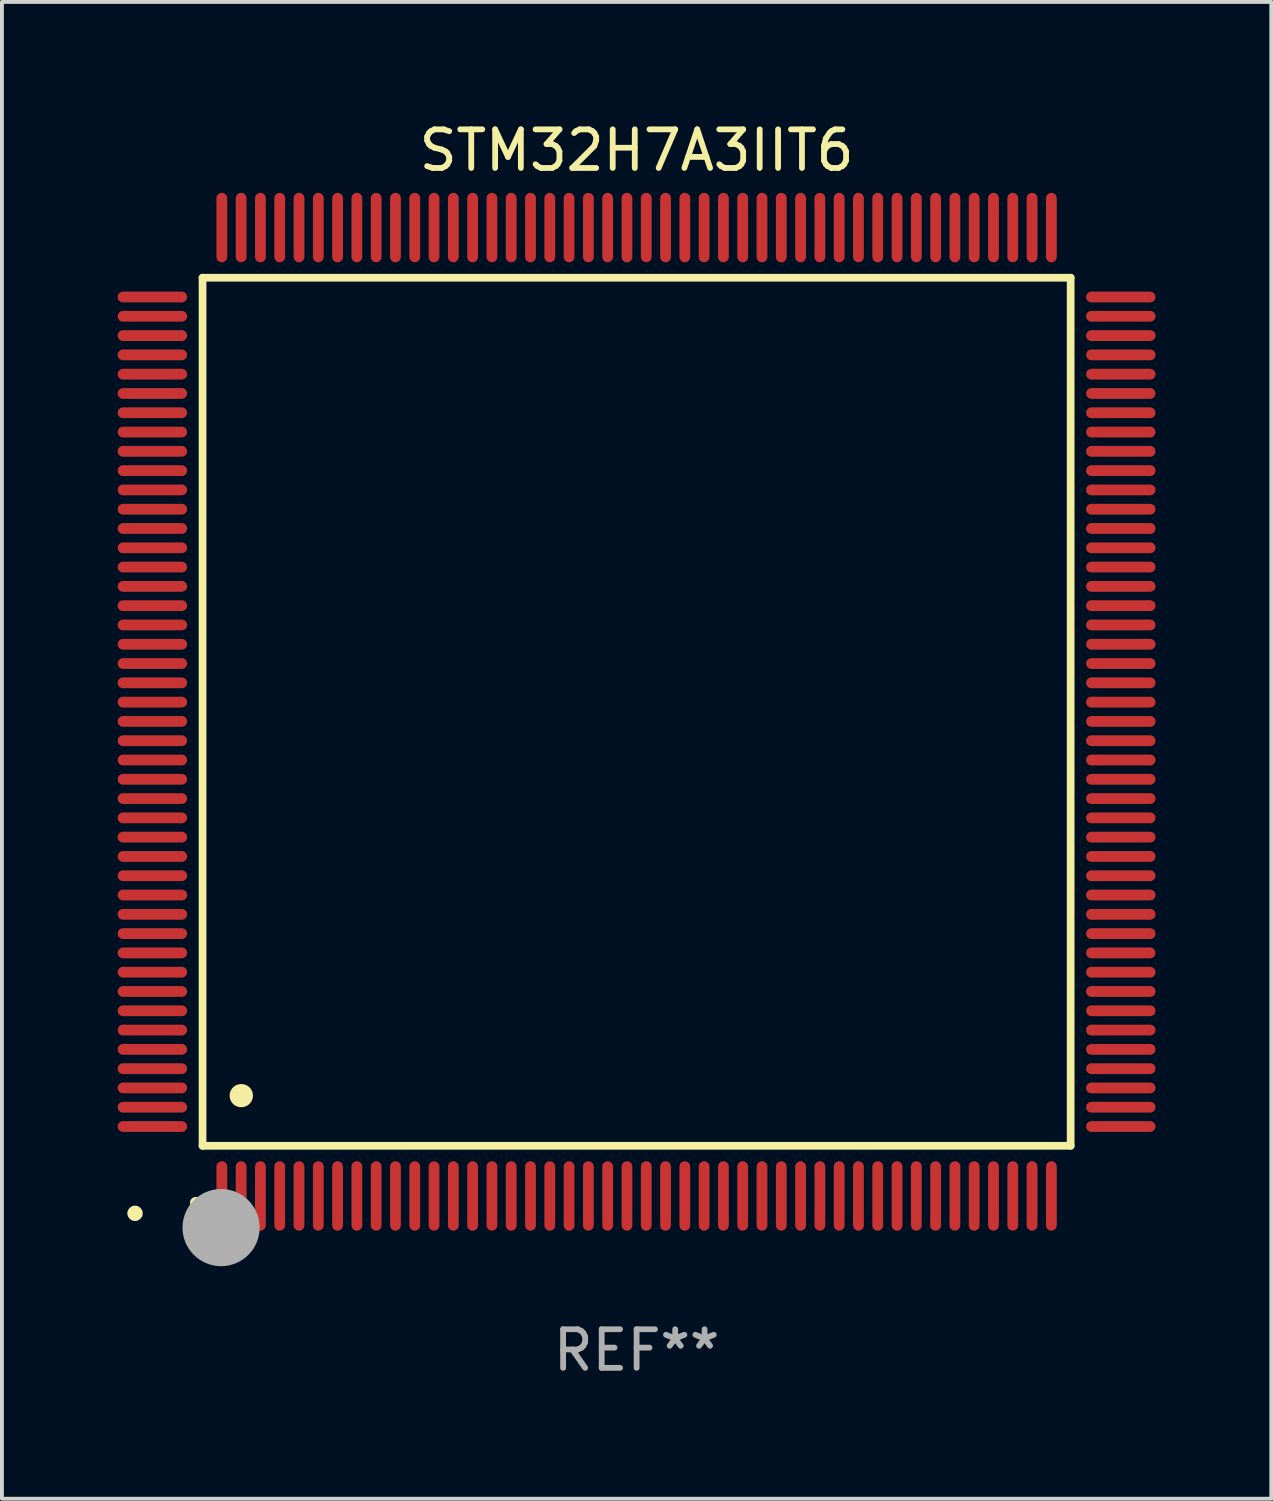
<source format=kicad_pcb>
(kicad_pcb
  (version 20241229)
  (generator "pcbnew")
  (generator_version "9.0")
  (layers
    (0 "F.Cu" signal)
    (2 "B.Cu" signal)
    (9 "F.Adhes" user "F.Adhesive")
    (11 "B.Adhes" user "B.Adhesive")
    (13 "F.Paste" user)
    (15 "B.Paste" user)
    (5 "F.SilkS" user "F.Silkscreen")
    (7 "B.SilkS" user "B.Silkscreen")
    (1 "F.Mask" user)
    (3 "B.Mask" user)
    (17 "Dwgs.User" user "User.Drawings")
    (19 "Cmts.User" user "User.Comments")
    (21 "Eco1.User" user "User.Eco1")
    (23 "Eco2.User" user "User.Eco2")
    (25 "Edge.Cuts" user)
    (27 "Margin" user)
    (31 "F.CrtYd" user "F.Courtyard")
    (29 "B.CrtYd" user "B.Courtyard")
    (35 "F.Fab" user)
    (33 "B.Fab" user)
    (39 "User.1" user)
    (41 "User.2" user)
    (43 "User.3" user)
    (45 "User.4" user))
  (footprint "STM32H7A3IIT6"
    (layer "F.Cu")
    (at 13.45 15.398)
    (property "Reference" "STM32H7A3IIT6" (at 0 -14.55 0) (layer "F.SilkS") (effects (font (size 1 1) (thickness 0.15))))
    (attr through_hole)
    (fp_line (start -11.25 -11.25) (end 11.25 -11.25) (stroke (width 0.2) (type solid)) (layer "F.SilkS"))
    (fp_line (start -11.25 11.25) (end -11.25 -11.25) (stroke (width 0.2) (type solid)) (layer "F.SilkS"))
    (fp_line (start 11.25 -11.25) (end 11.25 11.25) (stroke (width 0.2) (type solid)) (layer "F.SilkS"))
    (fp_line (start 11.25 11.25) (end -11.25 11.25) (stroke (width 0.2) (type solid)) (layer "F.SilkS"))
    (fp_arc (start -11.424943 12.725425) (mid -11.423673 12.72542) (end -11.422403 12.725425) (stroke (width 0.3) (type solid)) (layer "F.SilkS"))
    (fp_arc (start -10.24892 9.9492) (mid -10.24638 9.949189) (end -10.24384 9.9492) (stroke (width 0.6) (type solid)) (layer "F.SilkS"))
    (fp_circle (center -13 13) (end -12.9 13) (stroke (width 0.2) (type solid)) (fill no) (layer "F.SilkS"))
    (fp_circle (center -10.77 13.37) (end -10.27 13.37) (stroke (width 1) (type solid)) (fill no) (layer "F.Fab"))
    (fp_text user "REF**" (at 0 16.55 0) (layer "F.Fab") (effects (font (size 1 1) (thickness 0.15))))
    (pad "1" smd oval (at -10.75 12.55) (size 0.28 1.8) (layers "F.Cu" "F.Mask" "F.Paste"))
    (pad "2" smd oval (at -10.25 12.55) (size 0.28 1.8) (layers "F.Cu" "F.Mask" "F.Paste"))
    (pad "3" smd oval (at -9.75 12.55) (size 0.28 1.8) (layers "F.Cu" "F.Mask" "F.Paste"))
    (pad "4" smd oval (at -9.25 12.55) (size 0.28 1.8) (layers "F.Cu" "F.Mask" "F.Paste"))
    (pad "5" smd oval (at -8.75 12.55) (size 0.28 1.8) (layers "F.Cu" "F.Mask" "F.Paste"))
    (pad "6" smd oval (at -8.25 12.55) (size 0.28 1.8) (layers "F.Cu" "F.Mask" "F.Paste"))
    (pad "7" smd oval (at -7.75 12.55) (size 0.28 1.8) (layers "F.Cu" "F.Mask" "F.Paste"))
    (pad "8" smd oval (at -7.25 12.55) (size 0.28 1.8) (layers "F.Cu" "F.Mask" "F.Paste"))
    (pad "9" smd oval (at -6.75 12.55) (size 0.28 1.8) (layers "F.Cu" "F.Mask" "F.Paste"))
    (pad "10" smd oval (at -6.25 12.55) (size 0.28 1.8) (layers "F.Cu" "F.Mask" "F.Paste"))
    (pad "11" smd oval (at -5.75 12.55) (size 0.28 1.8) (layers "F.Cu" "F.Mask" "F.Paste"))
    (pad "12" smd oval (at -5.25 12.55) (size 0.28 1.8) (layers "F.Cu" "F.Mask" "F.Paste"))
    (pad "13" smd oval (at -4.75 12.55) (size 0.28 1.8) (layers "F.Cu" "F.Mask" "F.Paste"))
    (pad "14" smd oval (at -4.25 12.55) (size 0.28 1.8) (layers "F.Cu" "F.Mask" "F.Paste"))
    (pad "15" smd oval (at -3.75 12.55) (size 0.28 1.8) (layers "F.Cu" "F.Mask" "F.Paste"))
    (pad "16" smd oval (at -3.25 12.55) (size 0.28 1.8) (layers "F.Cu" "F.Mask" "F.Paste"))
    (pad "17" smd oval (at -2.75 12.55) (size 0.28 1.8) (layers "F.Cu" "F.Mask" "F.Paste"))
    (pad "18" smd oval (at -2.25 12.55) (size 0.28 1.8) (layers "F.Cu" "F.Mask" "F.Paste"))
    (pad "19" smd oval (at -1.75 12.55) (size 0.28 1.8) (layers "F.Cu" "F.Mask" "F.Paste"))
    (pad "20" smd oval (at -1.25 12.55) (size 0.28 1.8) (layers "F.Cu" "F.Mask" "F.Paste"))
    (pad "21" smd oval (at -0.75 12.55) (size 0.28 1.8) (layers "F.Cu" "F.Mask" "F.Paste"))
    (pad "22" smd oval (at -0.25 12.55) (size 0.28 1.8) (layers "F.Cu" "F.Mask" "F.Paste"))
    (pad "23" smd oval (at 0.25 12.55) (size 0.28 1.8) (layers "F.Cu" "F.Mask" "F.Paste"))
    (pad "24" smd oval (at 0.75 12.55) (size 0.28 1.8) (layers "F.Cu" "F.Mask" "F.Paste"))
    (pad "25" smd oval (at 1.25 12.55) (size 0.28 1.8) (layers "F.Cu" "F.Mask" "F.Paste"))
    (pad "26" smd oval (at 1.75 12.55) (size 0.28 1.8) (layers "F.Cu" "F.Mask" "F.Paste"))
    (pad "27" smd oval (at 2.25 12.55) (size 0.28 1.8) (layers "F.Cu" "F.Mask" "F.Paste"))
    (pad "28" smd oval (at 2.75 12.55) (size 0.28 1.8) (layers "F.Cu" "F.Mask" "F.Paste"))
    (pad "29" smd oval (at 3.25 12.55) (size 0.28 1.8) (layers "F.Cu" "F.Mask" "F.Paste"))
    (pad "30" smd oval (at 3.75 12.55) (size 0.28 1.8) (layers "F.Cu" "F.Mask" "F.Paste"))
    (pad "31" smd oval (at 4.25 12.55) (size 0.28 1.8) (layers "F.Cu" "F.Mask" "F.Paste"))
    (pad "32" smd oval (at 4.75 12.55) (size 0.28 1.8) (layers "F.Cu" "F.Mask" "F.Paste"))
    (pad "33" smd oval (at 5.25 12.55) (size 0.28 1.8) (layers "F.Cu" "F.Mask" "F.Paste"))
    (pad "34" smd oval (at 5.75 12.55) (size 0.28 1.8) (layers "F.Cu" "F.Mask" "F.Paste"))
    (pad "35" smd oval (at 6.25 12.55) (size 0.28 1.8) (layers "F.Cu" "F.Mask" "F.Paste"))
    (pad "36" smd oval (at 6.75 12.55) (size 0.28 1.8) (layers "F.Cu" "F.Mask" "F.Paste"))
    (pad "37" smd oval (at 7.25 12.55) (size 0.28 1.8) (layers "F.Cu" "F.Mask" "F.Paste"))
    (pad "38" smd oval (at 7.75 12.55) (size 0.28 1.8) (layers "F.Cu" "F.Mask" "F.Paste"))
    (pad "39" smd oval (at 8.25 12.55) (size 0.28 1.8) (layers "F.Cu" "F.Mask" "F.Paste"))
    (pad "40" smd oval (at 8.75 12.55) (size 0.28 1.8) (layers "F.Cu" "F.Mask" "F.Paste"))
    (pad "41" smd oval (at 9.25 12.55) (size 0.28 1.8) (layers "F.Cu" "F.Mask" "F.Paste"))
    (pad "42" smd oval (at 9.75 12.55) (size 0.28 1.8) (layers "F.Cu" "F.Mask" "F.Paste"))
    (pad "43" smd oval (at 10.25 12.55) (size 0.28 1.8) (layers "F.Cu" "F.Mask" "F.Paste"))
    (pad "44" smd oval (at 10.75 12.55) (size 0.28 1.8) (layers "F.Cu" "F.Mask" "F.Paste"))
    (pad "45" smd oval (at 12.55 10.75) (size 1.8 0.28) (layers "F.Cu" "F.Mask" "F.Paste"))
    (pad "46" smd oval (at 12.55 10.25) (size 1.8 0.28) (layers "F.Cu" "F.Mask" "F.Paste"))
    (pad "47" smd oval (at 12.55 9.75) (size 1.8 0.28) (layers "F.Cu" "F.Mask" "F.Paste"))
    (pad "48" smd oval (at 12.55 9.25) (size 1.8 0.28) (layers "F.Cu" "F.Mask" "F.Paste"))
    (pad "49" smd oval (at 12.55 8.75) (size 1.8 0.28) (layers "F.Cu" "F.Mask" "F.Paste"))
    (pad "50" smd oval (at 12.55 8.25) (size 1.8 0.28) (layers "F.Cu" "F.Mask" "F.Paste"))
    (pad "51" smd oval (at 12.55 7.75) (size 1.8 0.28) (layers "F.Cu" "F.Mask" "F.Paste"))
    (pad "52" smd oval (at 12.55 7.25) (size 1.8 0.28) (layers "F.Cu" "F.Mask" "F.Paste"))
    (pad "53" smd oval (at 12.55 6.75) (size 1.8 0.28) (layers "F.Cu" "F.Mask" "F.Paste"))
    (pad "54" smd oval (at 12.55 6.25) (size 1.8 0.28) (layers "F.Cu" "F.Mask" "F.Paste"))
    (pad "55" smd oval (at 12.55 5.75) (size 1.8 0.28) (layers "F.Cu" "F.Mask" "F.Paste"))
    (pad "56" smd oval (at 12.55 5.25) (size 1.8 0.28) (layers "F.Cu" "F.Mask" "F.Paste"))
    (pad "57" smd oval (at 12.55 4.75) (size 1.8 0.28) (layers "F.Cu" "F.Mask" "F.Paste"))
    (pad "58" smd oval (at 12.55 4.25) (size 1.8 0.28) (layers "F.Cu" "F.Mask" "F.Paste"))
    (pad "59" smd oval (at 12.55 3.75) (size 1.8 0.28) (layers "F.Cu" "F.Mask" "F.Paste"))
    (pad "60" smd oval (at 12.55 3.25) (size 1.8 0.28) (layers "F.Cu" "F.Mask" "F.Paste"))
    (pad "61" smd oval (at 12.55 2.75) (size 1.8 0.28) (layers "F.Cu" "F.Mask" "F.Paste"))
    (pad "62" smd oval (at 12.55 2.25) (size 1.8 0.28) (layers "F.Cu" "F.Mask" "F.Paste"))
    (pad "63" smd oval (at 12.55 1.75) (size 1.8 0.28) (layers "F.Cu" "F.Mask" "F.Paste"))
    (pad "64" smd oval (at 12.55 1.25) (size 1.8 0.28) (layers "F.Cu" "F.Mask" "F.Paste"))
    (pad "65" smd oval (at 12.55 0.75) (size 1.8 0.28) (layers "F.Cu" "F.Mask" "F.Paste"))
    (pad "66" smd oval (at 12.55 0.25) (size 1.8 0.28) (layers "F.Cu" "F.Mask" "F.Paste"))
    (pad "67" smd oval (at 12.55 -0.25) (size 1.8 0.28) (layers "F.Cu" "F.Mask" "F.Paste"))
    (pad "68" smd oval (at 12.55 -0.75) (size 1.8 0.28) (layers "F.Cu" "F.Mask" "F.Paste"))
    (pad "69" smd oval (at 12.55 -1.25) (size 1.8 0.28) (layers "F.Cu" "F.Mask" "F.Paste"))
    (pad "70" smd oval (at 12.55 -1.75) (size 1.8 0.28) (layers "F.Cu" "F.Mask" "F.Paste"))
    (pad "71" smd oval (at 12.55 -2.25) (size 1.8 0.28) (layers "F.Cu" "F.Mask" "F.Paste"))
    (pad "72" smd oval (at 12.55 -2.75) (size 1.8 0.28) (layers "F.Cu" "F.Mask" "F.Paste"))
    (pad "73" smd oval (at 12.55 -3.25) (size 1.8 0.28) (layers "F.Cu" "F.Mask" "F.Paste"))
    (pad "74" smd oval (at 12.55 -3.75) (size 1.8 0.28) (layers "F.Cu" "F.Mask" "F.Paste"))
    (pad "75" smd oval (at 12.55 -4.25) (size 1.8 0.28) (layers "F.Cu" "F.Mask" "F.Paste"))
    (pad "76" smd oval (at 12.55 -4.75) (size 1.8 0.28) (layers "F.Cu" "F.Mask" "F.Paste"))
    (pad "77" smd oval (at 12.55 -5.25) (size 1.8 0.28) (layers "F.Cu" "F.Mask" "F.Paste"))
    (pad "78" smd oval (at 12.55 -5.75) (size 1.8 0.28) (layers "F.Cu" "F.Mask" "F.Paste"))
    (pad "79" smd oval (at 12.55 -6.25) (size 1.8 0.28) (layers "F.Cu" "F.Mask" "F.Paste"))
    (pad "80" smd oval (at 12.55 -6.75) (size 1.8 0.28) (layers "F.Cu" "F.Mask" "F.Paste"))
    (pad "81" smd oval (at 12.55 -7.25) (size 1.8 0.28) (layers "F.Cu" "F.Mask" "F.Paste"))
    (pad "82" smd oval (at 12.55 -7.75) (size 1.8 0.28) (layers "F.Cu" "F.Mask" "F.Paste"))
    (pad "83" smd oval (at 12.55 -8.25) (size 1.8 0.28) (layers "F.Cu" "F.Mask" "F.Paste"))
    (pad "84" smd oval (at 12.55 -8.75) (size 1.8 0.28) (layers "F.Cu" "F.Mask" "F.Paste"))
    (pad "85" smd oval (at 12.55 -9.25) (size 1.8 0.28) (layers "F.Cu" "F.Mask" "F.Paste"))
    (pad "86" smd oval (at 12.55 -9.75) (size 1.8 0.28) (layers "F.Cu" "F.Mask" "F.Paste"))
    (pad "87" smd oval (at 12.55 -10.25) (size 1.8 0.28) (layers "F.Cu" "F.Mask" "F.Paste"))
    (pad "88" smd oval (at 12.55 -10.75) (size 1.8 0.28) (layers "F.Cu" "F.Mask" "F.Paste"))
    (pad "89" smd oval (at 10.75 -12.55) (size 0.28 1.8) (layers "F.Cu" "F.Mask" "F.Paste"))
    (pad "90" smd oval (at 10.25 -12.55) (size 0.28 1.8) (layers "F.Cu" "F.Mask" "F.Paste"))
    (pad "91" smd oval (at 9.75 -12.55) (size 0.28 1.8) (layers "F.Cu" "F.Mask" "F.Paste"))
    (pad "92" smd oval (at 9.25 -12.55) (size 0.28 1.8) (layers "F.Cu" "F.Mask" "F.Paste"))
    (pad "93" smd oval (at 8.75 -12.55) (size 0.28 1.8) (layers "F.Cu" "F.Mask" "F.Paste"))
    (pad "94" smd oval (at 8.25 -12.55) (size 0.28 1.8) (layers "F.Cu" "F.Mask" "F.Paste"))
    (pad "95" smd oval (at 7.75 -12.55) (size 0.28 1.8) (layers "F.Cu" "F.Mask" "F.Paste"))
    (pad "96" smd oval (at 7.25 -12.55) (size 0.28 1.8) (layers "F.Cu" "F.Mask" "F.Paste"))
    (pad "97" smd oval (at 6.75 -12.55) (size 0.28 1.8) (layers "F.Cu" "F.Mask" "F.Paste"))
    (pad "98" smd oval (at 6.25 -12.55) (size 0.28 1.8) (layers "F.Cu" "F.Mask" "F.Paste"))
    (pad "99" smd oval (at 5.75 -12.55) (size 0.28 1.8) (layers "F.Cu" "F.Mask" "F.Paste"))
    (pad "100" smd oval (at 5.25 -12.55) (size 0.28 1.8) (layers "F.Cu" "F.Mask" "F.Paste"))
    (pad "101" smd oval (at 4.75 -12.55) (size 0.28 1.8) (layers "F.Cu" "F.Mask" "F.Paste"))
    (pad "102" smd oval (at 4.25 -12.55) (size 0.28 1.8) (layers "F.Cu" "F.Mask" "F.Paste"))
    (pad "103" smd oval (at 3.75 -12.55) (size 0.28 1.8) (layers "F.Cu" "F.Mask" "F.Paste"))
    (pad "104" smd oval (at 3.25 -12.55) (size 0.28 1.8) (layers "F.Cu" "F.Mask" "F.Paste"))
    (pad "105" smd oval (at 2.75 -12.55) (size 0.28 1.8) (layers "F.Cu" "F.Mask" "F.Paste"))
    (pad "106" smd oval (at 2.25 -12.55) (size 0.28 1.8) (layers "F.Cu" "F.Mask" "F.Paste"))
    (pad "107" smd oval (at 1.75 -12.55) (size 0.28 1.8) (layers "F.Cu" "F.Mask" "F.Paste"))
    (pad "108" smd oval (at 1.25 -12.55) (size 0.28 1.8) (layers "F.Cu" "F.Mask" "F.Paste"))
    (pad "109" smd oval (at 0.75 -12.55) (size 0.28 1.8) (layers "F.Cu" "F.Mask" "F.Paste"))
    (pad "110" smd oval (at 0.25 -12.55) (size 0.28 1.8) (layers "F.Cu" "F.Mask" "F.Paste"))
    (pad "111" smd oval (at -0.25 -12.55) (size 0.28 1.8) (layers "F.Cu" "F.Mask" "F.Paste"))
    (pad "112" smd oval (at -0.75 -12.55) (size 0.28 1.8) (layers "F.Cu" "F.Mask" "F.Paste"))
    (pad "113" smd oval (at -1.25 -12.55) (size 0.28 1.8) (layers "F.Cu" "F.Mask" "F.Paste"))
    (pad "114" smd oval (at -1.75 -12.55) (size 0.28 1.8) (layers "F.Cu" "F.Mask" "F.Paste"))
    (pad "115" smd oval (at -2.25 -12.55) (size 0.28 1.8) (layers "F.Cu" "F.Mask" "F.Paste"))
    (pad "116" smd oval (at -2.75 -12.55) (size 0.28 1.8) (layers "F.Cu" "F.Mask" "F.Paste"))
    (pad "117" smd oval (at -3.25 -12.55) (size 0.28 1.8) (layers "F.Cu" "F.Mask" "F.Paste"))
    (pad "118" smd oval (at -3.75 -12.55) (size 0.28 1.8) (layers "F.Cu" "F.Mask" "F.Paste"))
    (pad "119" smd oval (at -4.25 -12.55) (size 0.28 1.8) (layers "F.Cu" "F.Mask" "F.Paste"))
    (pad "120" smd oval (at -4.75 -12.55) (size 0.28 1.8) (layers "F.Cu" "F.Mask" "F.Paste"))
    (pad "121" smd oval (at -5.25 -12.55) (size 0.28 1.8) (layers "F.Cu" "F.Mask" "F.Paste"))
    (pad "122" smd oval (at -5.75 -12.55) (size 0.28 1.8) (layers "F.Cu" "F.Mask" "F.Paste"))
    (pad "123" smd oval (at -6.25 -12.55) (size 0.28 1.8) (layers "F.Cu" "F.Mask" "F.Paste"))
    (pad "124" smd oval (at -6.75 -12.55) (size 0.28 1.8) (layers "F.Cu" "F.Mask" "F.Paste"))
    (pad "125" smd oval (at -7.25 -12.55) (size 0.28 1.8) (layers "F.Cu" "F.Mask" "F.Paste"))
    (pad "126" smd oval (at -7.75 -12.55) (size 0.28 1.8) (layers "F.Cu" "F.Mask" "F.Paste"))
    (pad "127" smd oval (at -8.25 -12.55) (size 0.28 1.8) (layers "F.Cu" "F.Mask" "F.Paste"))
    (pad "128" smd oval (at -8.75 -12.55) (size 0.28 1.8) (layers "F.Cu" "F.Mask" "F.Paste"))
    (pad "129" smd oval (at -9.25 -12.55) (size 0.28 1.8) (layers "F.Cu" "F.Mask" "F.Paste"))
    (pad "130" smd oval (at -9.75 -12.55) (size 0.28 1.8) (layers "F.Cu" "F.Mask" "F.Paste"))
    (pad "131" smd oval (at -10.25 -12.55) (size 0.28 1.8) (layers "F.Cu" "F.Mask" "F.Paste"))
    (pad "132" smd oval (at -10.75 -12.55) (size 0.28 1.8) (layers "F.Cu" "F.Mask" "F.Paste"))
    (pad "133" smd oval (at -12.55 -10.75) (size 1.8 0.28) (layers "F.Cu" "F.Mask" "F.Paste"))
    (pad "134" smd oval (at -12.55 -10.25) (size 1.8 0.28) (layers "F.Cu" "F.Mask" "F.Paste"))
    (pad "135" smd oval (at -12.55 -9.75) (size 1.8 0.28) (layers "F.Cu" "F.Mask" "F.Paste"))
    (pad "136" smd oval (at -12.55 -9.25) (size 1.8 0.28) (layers "F.Cu" "F.Mask" "F.Paste"))
    (pad "137" smd oval (at -12.55 -8.75) (size 1.8 0.28) (layers "F.Cu" "F.Mask" "F.Paste"))
    (pad "138" smd oval (at -12.55 -8.25) (size 1.8 0.28) (layers "F.Cu" "F.Mask" "F.Paste"))
    (pad "139" smd oval (at -12.55 -7.75) (size 1.8 0.28) (layers "F.Cu" "F.Mask" "F.Paste"))
    (pad "140" smd oval (at -12.55 -7.25) (size 1.8 0.28) (layers "F.Cu" "F.Mask" "F.Paste"))
    (pad "141" smd oval (at -12.55 -6.75) (size 1.8 0.28) (layers "F.Cu" "F.Mask" "F.Paste"))
    (pad "142" smd oval (at -12.55 -6.25) (size 1.8 0.28) (layers "F.Cu" "F.Mask" "F.Paste"))
    (pad "143" smd oval (at -12.55 -5.75) (size 1.8 0.28) (layers "F.Cu" "F.Mask" "F.Paste"))
    (pad "144" smd oval (at -12.55 -5.25) (size 1.8 0.28) (layers "F.Cu" "F.Mask" "F.Paste"))
    (pad "145" smd oval (at -12.55 -4.75) (size 1.8 0.28) (layers "F.Cu" "F.Mask" "F.Paste"))
    (pad "146" smd oval (at -12.55 -4.25) (size 1.8 0.28) (layers "F.Cu" "F.Mask" "F.Paste"))
    (pad "147" smd oval (at -12.55 -3.75) (size 1.8 0.28) (layers "F.Cu" "F.Mask" "F.Paste"))
    (pad "148" smd oval (at -12.55 -3.25) (size 1.8 0.28) (layers "F.Cu" "F.Mask" "F.Paste"))
    (pad "149" smd oval (at -12.55 -2.75) (size 1.8 0.28) (layers "F.Cu" "F.Mask" "F.Paste"))
    (pad "150" smd oval (at -12.55 -2.25) (size 1.8 0.28) (layers "F.Cu" "F.Mask" "F.Paste"))
    (pad "151" smd oval (at -12.55 -1.75) (size 1.8 0.28) (layers "F.Cu" "F.Mask" "F.Paste"))
    (pad "152" smd oval (at -12.55 -1.25) (size 1.8 0.28) (layers "F.Cu" "F.Mask" "F.Paste"))
    (pad "153" smd oval (at -12.55 -0.75) (size 1.8 0.28) (layers "F.Cu" "F.Mask" "F.Paste"))
    (pad "154" smd oval (at -12.55 -0.25) (size 1.8 0.28) (layers "F.Cu" "F.Mask" "F.Paste"))
    (pad "155" smd oval (at -12.55 0.25) (size 1.8 0.28) (layers "F.Cu" "F.Mask" "F.Paste"))
    (pad "156" smd oval (at -12.55 0.75) (size 1.8 0.28) (layers "F.Cu" "F.Mask" "F.Paste"))
    (pad "157" smd oval (at -12.55 1.25) (size 1.8 0.28) (layers "F.Cu" "F.Mask" "F.Paste"))
    (pad "158" smd oval (at -12.55 1.75) (size 1.8 0.28) (layers "F.Cu" "F.Mask" "F.Paste"))
    (pad "159" smd oval (at -12.55 2.25) (size 1.8 0.28) (layers "F.Cu" "F.Mask" "F.Paste"))
    (pad "160" smd oval (at -12.55 2.75) (size 1.8 0.28) (layers "F.Cu" "F.Mask" "F.Paste"))
    (pad "161" smd oval (at -12.55 3.25) (size 1.8 0.28) (layers "F.Cu" "F.Mask" "F.Paste"))
    (pad "162" smd oval (at -12.55 3.75) (size 1.8 0.28) (layers "F.Cu" "F.Mask" "F.Paste"))
    (pad "163" smd oval (at -12.55 4.25) (size 1.8 0.28) (layers "F.Cu" "F.Mask" "F.Paste"))
    (pad "164" smd oval (at -12.55 4.75) (size 1.8 0.28) (layers "F.Cu" "F.Mask" "F.Paste"))
    (pad "165" smd oval (at -12.55 5.25) (size 1.8 0.28) (layers "F.Cu" "F.Mask" "F.Paste"))
    (pad "166" smd oval (at -12.55 5.75) (size 1.8 0.28) (layers "F.Cu" "F.Mask" "F.Paste"))
    (pad "167" smd oval (at -12.55 6.25) (size 1.8 0.28) (layers "F.Cu" "F.Mask" "F.Paste"))
    (pad "168" smd oval (at -12.55 6.75) (size 1.8 0.28) (layers "F.Cu" "F.Mask" "F.Paste"))
    (pad "169" smd oval (at -12.55 7.25) (size 1.8 0.28) (layers "F.Cu" "F.Mask" "F.Paste"))
    (pad "170" smd oval (at -12.55 7.75) (size 1.8 0.28) (layers "F.Cu" "F.Mask" "F.Paste"))
    (pad "171" smd oval (at -12.55 8.25) (size 1.8 0.28) (layers "F.Cu" "F.Mask" "F.Paste"))
    (pad "172" smd oval (at -12.55 8.75) (size 1.8 0.28) (layers "F.Cu" "F.Mask" "F.Paste"))
    (pad "173" smd oval (at -12.55 9.25) (size 1.8 0.28) (layers "F.Cu" "F.Mask" "F.Paste"))
    (pad "174" smd oval (at -12.55 9.75) (size 1.8 0.28) (layers "F.Cu" "F.Mask" "F.Paste"))
    (pad "175" smd oval (at -12.55 10.25) (size 1.8 0.28) (layers "F.Cu" "F.Mask" "F.Paste"))
    (pad "176" smd oval (at -12.55 10.75) (size 1.8 0.28) (layers "F.Cu" "F.Mask" "F.Paste")))
  (gr_rect
    (start -3 -3)
    (end 29.9 35.796)
    (stroke (width 0.1) (type default))
    (fill no)
    (layer "Edge.Cuts")))
</source>
